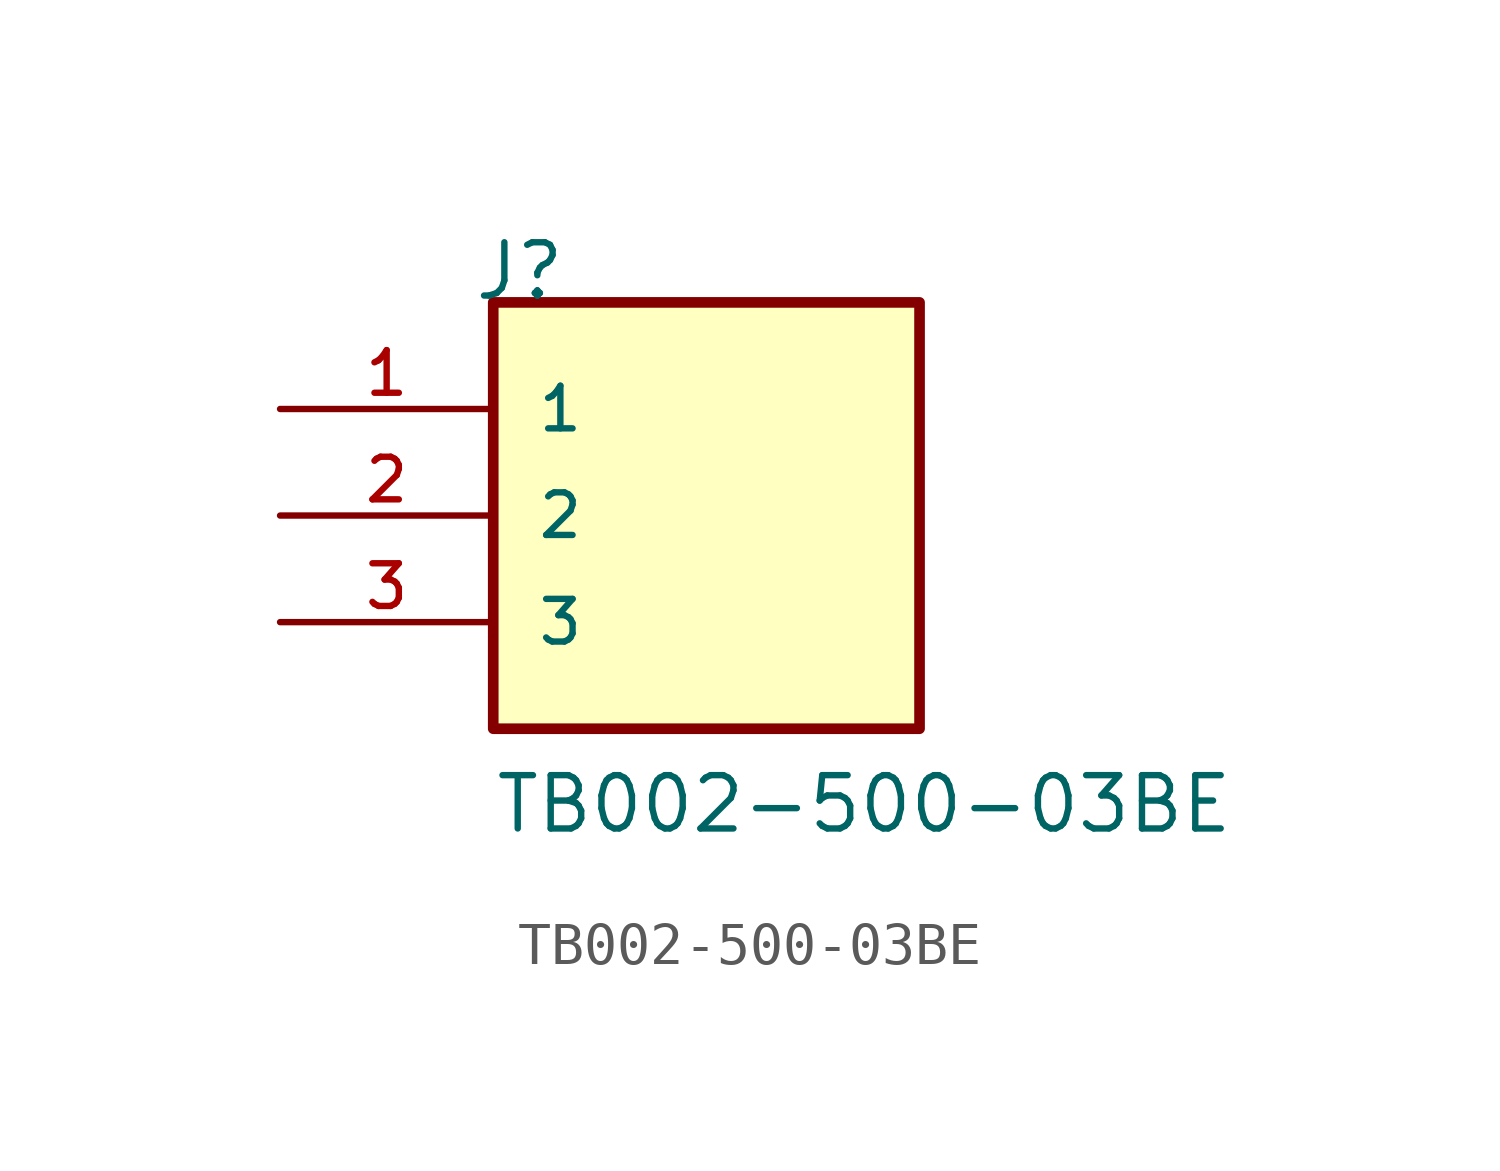
<source format=kicad_sym>
(kicad_symbol_lib
  (version 20211014)
  (generator kicad_symbol_editor)
  (symbol "TB002-500-03BE"
    (pin_names
      (offset 1.016))
    (property "Reference" "J"
      (at -5.58 5.08 0)
      (effects (font (size 1.27 1.27)) (justify bottom left)))
    (property "Value" "TB002-500-03BE"
      (at -5.08 -7.62 0)
      (effects (font (size 1.27 1.27)) (justify bottom left)))
    (symbol "TB002-500-03BE_0_0"
      (rectangle (start -5.08 -5.08) (end 5.08 5.08) (stroke (width 0.254)) (fill (type background)))
      (pin passive line (at -10.16 2.54 0) (length 5.08) (name "1" (effects (font (size 1.016 1.016)))) (number "1" (effects (font (size 1.016 1.016)))))
      (pin passive line (at -10.16 0.0 0) (length 5.08) (name "2" (effects (font (size 1.016 1.016)))) (number "2" (effects (font (size 1.016 1.016)))))
      (pin passive line (at -10.16 -2.54 0) (length 5.08) (name "3" (effects (font (size 1.016 1.016)))) (number "3" (effects (font (size 1.016 1.016))))))))
</source>
